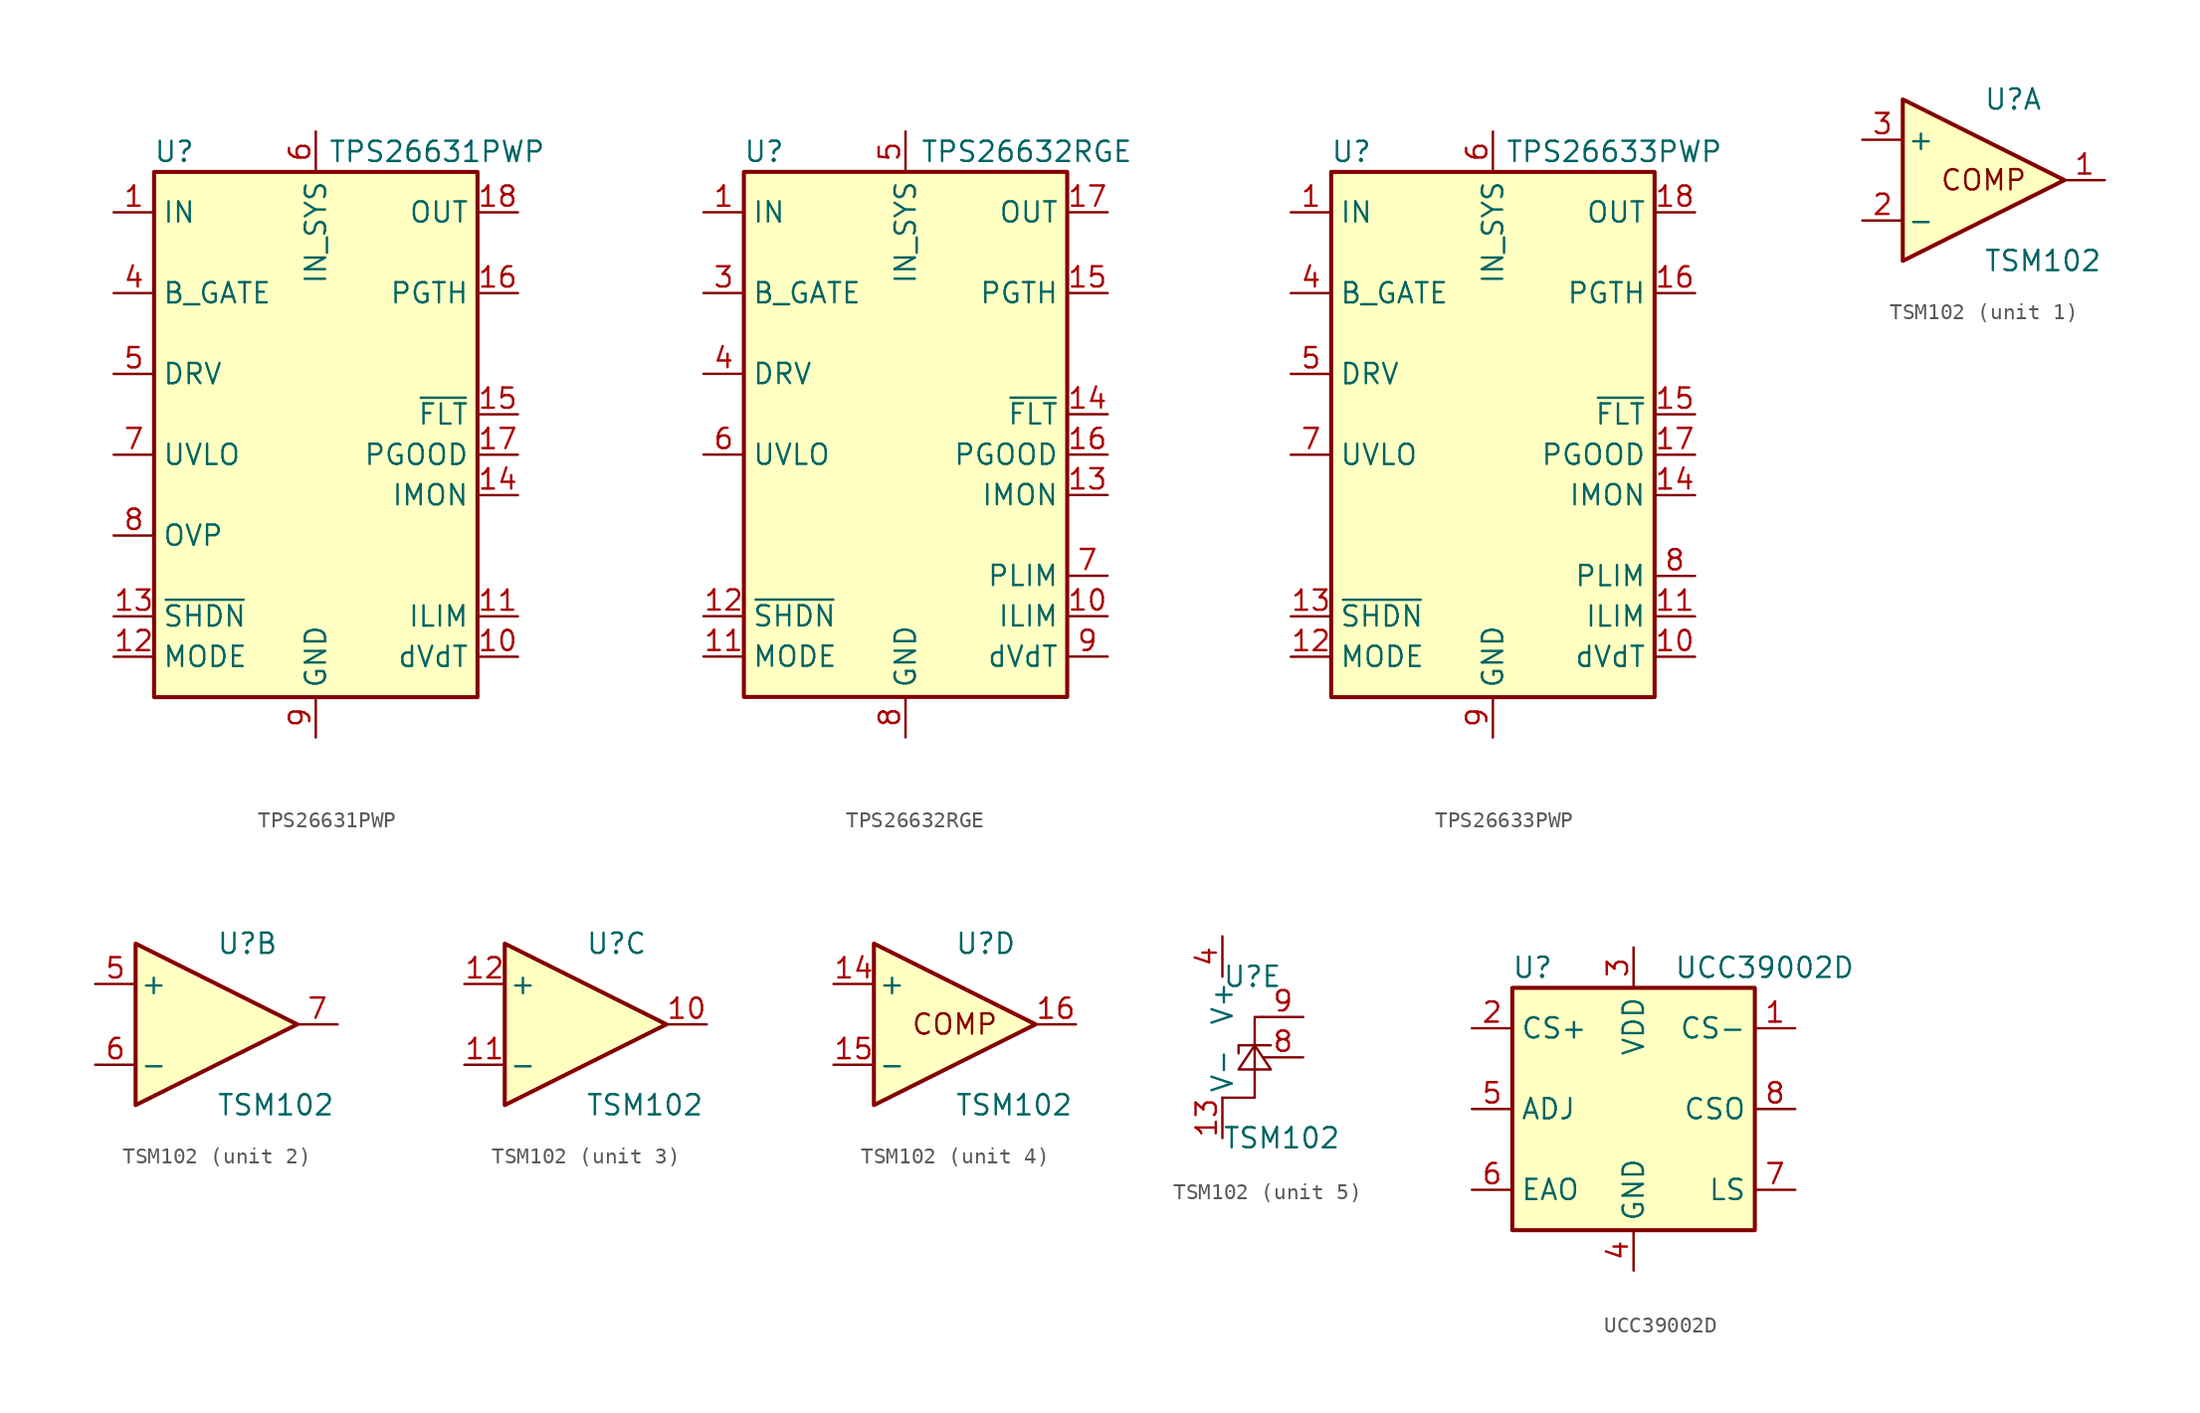
<source format=kicad_sym>
(kicad_symbol_lib
  (version 20241209)
  (generator "kicad_symbol_editor")
  (generator_version "9.0")
  (symbol "TPS26631PWP"
    (property "Reference" "U"
      (at -8.89 16.51 0)
      (effects (font (size 1.27 1.27))))
    (property "Value" "TPS26631PWP"
      (at 7.62 16.51 0)
      (effects (font (size 1.27 1.27))))
    (symbol "TPS26631PWP_0_1"
      (rectangle (start -10.16 15.24) (end 10.16 -17.78) (stroke (width 0.254) (type default)) (fill (type background))))
    (symbol "TPS26631PWP_1_1"
      (pin power_in line (at -12.7 12.7 0) (length 2.54) (name "IN" (effects (font (size 1.27 1.27)))) (number "1" (effects (font (size 1.27 1.27)))))
      (pin passive line (at -12.7 12.7 0) (length 2.54) (hide yes) (name "IN" (effects (font (size 1.27 1.27)))) (number "2" (effects (font (size 1.27 1.27)))))
      (pin passive line (at -12.7 12.7 0) (length 2.54) (hide yes) (name "IN" (effects (font (size 1.27 1.27)))) (number "3" (effects (font (size 1.27 1.27)))))
      (pin output line (at -12.7 7.62 0) (length 2.54) (name "B_GATE" (effects (font (size 1.27 1.27)))) (number "4" (effects (font (size 1.27 1.27)))))
      (pin output line (at -12.7 2.54 0) (length 2.54) (name "DRV" (effects (font (size 1.27 1.27)))) (number "5" (effects (font (size 1.27 1.27)))))
      (pin input line (at -12.7 -2.54 0) (length 2.54) (name "UVLO" (effects (font (size 1.27 1.27)))) (number "7" (effects (font (size 1.27 1.27)))))
      (pin input line (at -12.7 -7.62 0) (length 2.54) (name "OVP" (effects (font (size 1.27 1.27)))) (number "8" (effects (font (size 1.27 1.27)))))
      (pin input line (at -12.7 -12.7 0) (length 2.54) (name "~{SHDN}" (effects (font (size 1.27 1.27)))) (number "13" (effects (font (size 1.27 1.27)))))
      (pin input line (at -12.7 -15.24 0) (length 2.54) (name "MODE" (effects (font (size 1.27 1.27)))) (number "12" (effects (font (size 1.27 1.27)))))
      (pin power_in line (at 0 17.78 270) (length 2.54) (name "IN_SYS" (effects (font (size 1.27 1.27)))) (number "6" (effects (font (size 1.27 1.27)))))
      (pin passive line (at 0 -20.32 90) (length 2.54) (hide yes) (name "GND" (effects (font (size 1.27 1.27)))) (number "21" (effects (font (size 1.27 1.27)))))
      (pin power_in line (at 0 -20.32 90) (length 2.54) (name "GND" (effects (font (size 1.27 1.27)))) (number "9" (effects (font (size 1.27 1.27)))))
      (pin power_out line (at 12.7 12.7 180) (length 2.54) (name "OUT" (effects (font (size 1.27 1.27)))) (number "18" (effects (font (size 1.27 1.27)))))
      (pin passive line (at 12.7 12.7 180) (length 2.54) (hide yes) (name "OUT" (effects (font (size 1.27 1.27)))) (number "19" (effects (font (size 1.27 1.27)))))
      (pin passive line (at 12.7 12.7 180) (length 2.54) (hide yes) (name "OUT" (effects (font (size 1.27 1.27)))) (number "20" (effects (font (size 1.27 1.27)))))
      (pin input line (at 12.7 7.62 180) (length 2.54) (name "PGTH" (effects (font (size 1.27 1.27)))) (number "16" (effects (font (size 1.27 1.27)))))
      (pin open_collector line (at 12.7 0 180) (length 2.54) (name "~{FLT}" (effects (font (size 1.27 1.27)))) (number "15" (effects (font (size 1.27 1.27)))))
      (pin output line (at 12.7 -2.54 180) (length 2.54) (name "PGOOD" (effects (font (size 1.27 1.27)))) (number "17" (effects (font (size 1.27 1.27)))))
      (pin output line (at 12.7 -5.08 180) (length 2.54) (name "IMON" (effects (font (size 1.27 1.27)))) (number "14" (effects (font (size 1.27 1.27)))))
      (pin passive line (at 12.7 -12.7 180) (length 2.54) (name "ILIM" (effects (font (size 1.27 1.27)))) (number "11" (effects (font (size 1.27 1.27)))))
      (pin passive line (at 12.7 -15.24 180) (length 2.54) (name "dVdT" (effects (font (size 1.27 1.27)))) (number "10" (effects (font (size 1.27 1.27)))))))
  (symbol "TPS26632RGE"
    (property "Reference" "U"
      (at -8.89 16.51 0)
      (effects (font (size 1.27 1.27))))
    (property "Value" "TPS26632RGE"
      (at 7.62 16.51 0)
      (effects (font (size 1.27 1.27))))
    (symbol "TPS26632RGE_0_1"
      (rectangle (start -10.16 15.24) (end 10.16 -17.78) (stroke (width 0.254) (type default)) (fill (type background))))
    (symbol "TPS26632RGE_1_1"
      (pin power_in line (at -12.7 12.7 0) (length 2.54) (name "IN" (effects (font (size 1.27 1.27)))) (number "1" (effects (font (size 1.27 1.27)))))
      (pin passive line (at -12.7 12.7 0) (length 2.54) (hide yes) (name "IN" (effects (font (size 1.27 1.27)))) (number "2" (effects (font (size 1.27 1.27)))))
      (pin output line (at -12.7 7.62 0) (length 2.54) (name "B_GATE" (effects (font (size 1.27 1.27)))) (number "3" (effects (font (size 1.27 1.27)))))
      (pin output line (at -12.7 2.54 0) (length 2.54) (name "DRV" (effects (font (size 1.27 1.27)))) (number "4" (effects (font (size 1.27 1.27)))))
      (pin input line (at -12.7 -2.54 0) (length 2.54) (name "UVLO" (effects (font (size 1.27 1.27)))) (number "6" (effects (font (size 1.27 1.27)))))
      (pin input line (at -12.7 -12.7 0) (length 2.54) (name "~{SHDN}" (effects (font (size 1.27 1.27)))) (number "12" (effects (font (size 1.27 1.27)))))
      (pin input line (at -12.7 -15.24 0) (length 2.54) (name "MODE" (effects (font (size 1.27 1.27)))) (number "11" (effects (font (size 1.27 1.27)))))
      (pin no_connect line (at -10.16 10.16 0) (length 2.54) (hide yes) (name "NC" (effects (font (size 1.27 1.27)))) (number "19" (effects (font (size 1.27 1.27)))))
      (pin no_connect line (at -10.16 5.08 0) (length 2.54) (hide yes) (name "NC" (effects (font (size 1.27 1.27)))) (number "20" (effects (font (size 1.27 1.27)))))
      (pin no_connect line (at -10.16 0 0) (length 2.54) (hide yes) (name "NC" (effects (font (size 1.27 1.27)))) (number "21" (effects (font (size 1.27 1.27)))))
      (pin power_in line (at 0 17.78 270) (length 2.54) (name "IN_SYS" (effects (font (size 1.27 1.27)))) (number "5" (effects (font (size 1.27 1.27)))))
      (pin passive line (at 0 -20.32 90) (length 2.54) (hide yes) (name "GND" (effects (font (size 1.27 1.27)))) (number "25" (effects (font (size 1.27 1.27)))))
      (pin power_in line (at 0 -20.32 90) (length 2.54) (name "GND" (effects (font (size 1.27 1.27)))) (number "8" (effects (font (size 1.27 1.27)))))
      (pin no_connect line (at 10.16 10.16 180) (length 2.54) (hide yes) (name "NC" (effects (font (size 1.27 1.27)))) (number "22" (effects (font (size 1.27 1.27)))))
      (pin no_connect line (at 10.16 5.08 180) (length 2.54) (hide yes) (name "NC" (effects (font (size 1.27 1.27)))) (number "23" (effects (font (size 1.27 1.27)))))
      (pin no_connect line (at 10.16 2.54 180) (length 2.54) (hide yes) (name "NC" (effects (font (size 1.27 1.27)))) (number "24" (effects (font (size 1.27 1.27)))))
      (pin power_out line (at 12.7 12.7 180) (length 2.54) (name "OUT" (effects (font (size 1.27 1.27)))) (number "17" (effects (font (size 1.27 1.27)))))
      (pin passive line (at 12.7 12.7 180) (length 2.54) (hide yes) (name "OUT" (effects (font (size 1.27 1.27)))) (number "18" (effects (font (size 1.27 1.27)))))
      (pin input line (at 12.7 7.62 180) (length 2.54) (name "PGTH" (effects (font (size 1.27 1.27)))) (number "15" (effects (font (size 1.27 1.27)))))
      (pin open_collector line (at 12.7 0 180) (length 2.54) (name "~{FLT}" (effects (font (size 1.27 1.27)))) (number "14" (effects (font (size 1.27 1.27)))))
      (pin output line (at 12.7 -2.54 180) (length 2.54) (name "PGOOD" (effects (font (size 1.27 1.27)))) (number "16" (effects (font (size 1.27 1.27)))))
      (pin output line (at 12.7 -5.08 180) (length 2.54) (name "IMON" (effects (font (size 1.27 1.27)))) (number "13" (effects (font (size 1.27 1.27)))))
      (pin passive line (at 12.7 -10.16 180) (length 2.54) (name "PLIM" (effects (font (size 1.27 1.27)))) (number "7" (effects (font (size 1.27 1.27)))))
      (pin passive line (at 12.7 -12.7 180) (length 2.54) (name "ILIM" (effects (font (size 1.27 1.27)))) (number "10" (effects (font (size 1.27 1.27)))))
      (pin passive line (at 12.7 -15.24 180) (length 2.54) (name "dVdT" (effects (font (size 1.27 1.27)))) (number "9" (effects (font (size 1.27 1.27)))))))
  (symbol "TPS26633PWP"
    (property "Reference" "U"
      (at -8.89 16.51 0)
      (effects (font (size 1.27 1.27))))
    (property "Value" "TPS26633PWP"
      (at 7.62 16.51 0)
      (effects (font (size 1.27 1.27))))
    (symbol "TPS26633PWP_0_1"
      (rectangle (start -10.16 15.24) (end 10.16 -17.78) (stroke (width 0.254) (type default)) (fill (type background))))
    (symbol "TPS26633PWP_1_1"
      (pin power_in line (at -12.7 12.7 0) (length 2.54) (name "IN" (effects (font (size 1.27 1.27)))) (number "1" (effects (font (size 1.27 1.27)))))
      (pin passive line (at -12.7 12.7 0) (length 2.54) (hide yes) (name "IN" (effects (font (size 1.27 1.27)))) (number "2" (effects (font (size 1.27 1.27)))))
      (pin passive line (at -12.7 12.7 0) (length 2.54) (hide yes) (name "IN" (effects (font (size 1.27 1.27)))) (number "3" (effects (font (size 1.27 1.27)))))
      (pin output line (at -12.7 7.62 0) (length 2.54) (name "B_GATE" (effects (font (size 1.27 1.27)))) (number "4" (effects (font (size 1.27 1.27)))))
      (pin output line (at -12.7 2.54 0) (length 2.54) (name "DRV" (effects (font (size 1.27 1.27)))) (number "5" (effects (font (size 1.27 1.27)))))
      (pin input line (at -12.7 -2.54 0) (length 2.54) (name "UVLO" (effects (font (size 1.27 1.27)))) (number "7" (effects (font (size 1.27 1.27)))))
      (pin input line (at -12.7 -12.7 0) (length 2.54) (name "~{SHDN}" (effects (font (size 1.27 1.27)))) (number "13" (effects (font (size 1.27 1.27)))))
      (pin input line (at -12.7 -15.24 0) (length 2.54) (name "MODE" (effects (font (size 1.27 1.27)))) (number "12" (effects (font (size 1.27 1.27)))))
      (pin power_in line (at 0 17.78 270) (length 2.54) (name "IN_SYS" (effects (font (size 1.27 1.27)))) (number "6" (effects (font (size 1.27 1.27)))))
      (pin passive line (at 0 -20.32 90) (length 2.54) (hide yes) (name "GND" (effects (font (size 1.27 1.27)))) (number "21" (effects (font (size 1.27 1.27)))))
      (pin power_in line (at 0 -20.32 90) (length 2.54) (name "GND" (effects (font (size 1.27 1.27)))) (number "9" (effects (font (size 1.27 1.27)))))
      (pin power_out line (at 12.7 12.7 180) (length 2.54) (name "OUT" (effects (font (size 1.27 1.27)))) (number "18" (effects (font (size 1.27 1.27)))))
      (pin passive line (at 12.7 12.7 180) (length 2.54) (hide yes) (name "OUT" (effects (font (size 1.27 1.27)))) (number "19" (effects (font (size 1.27 1.27)))))
      (pin passive line (at 12.7 12.7 180) (length 2.54) (hide yes) (name "OUT" (effects (font (size 1.27 1.27)))) (number "20" (effects (font (size 1.27 1.27)))))
      (pin input line (at 12.7 7.62 180) (length 2.54) (name "PGTH" (effects (font (size 1.27 1.27)))) (number "16" (effects (font (size 1.27 1.27)))))
      (pin open_collector line (at 12.7 0 180) (length 2.54) (name "~{FLT}" (effects (font (size 1.27 1.27)))) (number "15" (effects (font (size 1.27 1.27)))))
      (pin output line (at 12.7 -2.54 180) (length 2.54) (name "PGOOD" (effects (font (size 1.27 1.27)))) (number "17" (effects (font (size 1.27 1.27)))))
      (pin output line (at 12.7 -5.08 180) (length 2.54) (name "IMON" (effects (font (size 1.27 1.27)))) (number "14" (effects (font (size 1.27 1.27)))))
      (pin passive line (at 12.7 -10.16 180) (length 2.54) (name "PLIM" (effects (font (size 1.27 1.27)))) (number "8" (effects (font (size 1.27 1.27)))))
      (pin passive line (at 12.7 -12.7 180) (length 2.54) (name "ILIM" (effects (font (size 1.27 1.27)))) (number "11" (effects (font (size 1.27 1.27)))))
      (pin passive line (at 12.7 -15.24 180) (length 2.54) (name "dVdT" (effects (font (size 1.27 1.27)))) (number "10" (effects (font (size 1.27 1.27)))))))
  (symbol "TSM102"
    (pin_names
      (offset 0.254))
    (property "Reference" "U"
      (at 0 5.08 0)
      (effects (font (size 1.27 1.27)) (justify left)))
    (property "Value" "TSM102"
      (at 0 -5.08 0)
      (effects (font (size 1.27 1.27)) (justify left)))
    (symbol "TSM102_1_0"
      (text "COMP" (at 0 0 0) (effects (font (size 1.27 1.27)))))
    (symbol "TSM102_1_1"
      (polyline (pts (xy -5.08 5.08) (xy 5.08 0) (xy -5.08 -5.08) (xy -5.08 5.08)) (stroke (width 0.254) (type default)) (fill (type background)))
      (pin input line (at -7.62 2.54 0) (length 2.54) (name "+" (effects (font (size 1.27 1.27)))) (number "3" (effects (font (size 1.27 1.27)))))
      (pin input line (at -7.62 -2.54 0) (length 2.54) (name "-" (effects (font (size 1.27 1.27)))) (number "2" (effects (font (size 1.27 1.27)))))
      (pin output line (at 7.62 0 180) (length 2.54) (name "~" (effects (font (size 1.27 1.27)))) (number "1" (effects (font (size 1.27 1.27))))))
    (symbol "TSM102_2_1"
      (polyline (pts (xy -5.08 5.08) (xy 5.08 0) (xy -5.08 -5.08) (xy -5.08 5.08)) (stroke (width 0.254) (type default)) (fill (type background)))
      (pin input line (at -7.62 2.54 0) (length 2.54) (name "+" (effects (font (size 1.27 1.27)))) (number "5" (effects (font (size 1.27 1.27)))))
      (pin input line (at -7.62 -2.54 0) (length 2.54) (name "-" (effects (font (size 1.27 1.27)))) (number "6" (effects (font (size 1.27 1.27)))))
      (pin output line (at 7.62 0 180) (length 2.54) (name "~" (effects (font (size 1.27 1.27)))) (number "7" (effects (font (size 1.27 1.27))))))
    (symbol "TSM102_3_1"
      (polyline (pts (xy -5.08 5.08) (xy 5.08 0) (xy -5.08 -5.08) (xy -5.08 5.08)) (stroke (width 0.254) (type default)) (fill (type background)))
      (pin input line (at -7.62 2.54 0) (length 2.54) (name "+" (effects (font (size 1.27 1.27)))) (number "12" (effects (font (size 1.27 1.27)))))
      (pin input line (at -7.62 -2.54 0) (length 2.54) (name "-" (effects (font (size 1.27 1.27)))) (number "11" (effects (font (size 1.27 1.27)))))
      (pin output line (at 7.62 0 180) (length 2.54) (name "~" (effects (font (size 1.27 1.27)))) (number "10" (effects (font (size 1.27 1.27))))))
    (symbol "TSM102_4_0"
      (text "COMP" (at 0 0 0) (effects (font (size 1.27 1.27)))))
    (symbol "TSM102_4_1"
      (polyline (pts (xy -5.08 5.08) (xy 5.08 0) (xy -5.08 -5.08) (xy -5.08 5.08)) (stroke (width 0.254) (type default)) (fill (type background)))
      (pin input line (at -7.62 2.54 0) (length 2.54) (name "+" (effects (font (size 1.27 1.27)))) (number "14" (effects (font (size 1.27 1.27)))))
      (pin input line (at -7.62 -2.54 0) (length 2.54) (name "-" (effects (font (size 1.27 1.27)))) (number "15" (effects (font (size 1.27 1.27)))))
      (pin output line (at 7.62 0 180) (length 2.54) (name "~" (effects (font (size 1.27 1.27)))) (number "16" (effects (font (size 1.27 1.27))))))
    (symbol "TSM102_5_1"
      (polyline (pts (xy 0 -2.54) (xy 2.032 -2.54) (xy 2.032 2.54) (xy 2.54 2.54)) (stroke (width 0) (type default)) (fill (type none)))
      (polyline (pts (xy 1.016 0.254) (xy 1.016 0.762) (xy 3.048 0.762)) (stroke (width 0) (type default)) (fill (type none)))
      (polyline (pts (xy 1.016 -0.762) (xy 2.032 0.762) (xy 3.048 -0.762) (xy 1.016 -0.762)) (stroke (width 0) (type default)) (fill (type none)))
      (pin power_in line (at 0 7.62 270) (length 2.54) (name "V+" (effects (font (size 1.27 1.27)))) (number "4" (effects (font (size 1.27 1.27)))))
      (pin power_in line (at 0 -5.08 90) (length 2.54) (name "V-" (effects (font (size 1.27 1.27)))) (number "13" (effects (font (size 1.27 1.27)))))
      (pin passive line (at 5.08 2.54 180) (length 2.54) (name "~" (effects (font (size 1.27 1.27)))) (number "9" (effects (font (size 1.27 1.27)))))
      (pin passive line (at 5.08 0 180) (length 2.54) (name "~" (effects (font (size 1.27 1.27)))) (number "8" (effects (font (size 1.27 1.27)))))))
  (symbol "UCC39002D"
    (property "Reference" "U"
      (at -6.35 8.89 0)
      (effects (font (size 1.27 1.27))))
    (property "Value" "UCC39002D"
      (at 2.54 8.89 0)
      (effects (font (size 1.27 1.27)) (justify left)))
    (symbol "UCC39002D_0_1"
      (rectangle (start -7.62 7.62) (end 7.62 -7.62) (stroke (width 0.254) (type default)) (fill (type background))))
    (symbol "UCC39002D_1_1"
      (pin input line (at -10.16 5.08 0) (length 2.54) (name "CS+" (effects (font (size 1.27 1.27)))) (number "2" (effects (font (size 1.27 1.27)))))
      (pin open_collector line (at -10.16 0 0) (length 2.54) (name "ADJ" (effects (font (size 1.27 1.27)))) (number "5" (effects (font (size 1.27 1.27)))))
      (pin passive line (at -10.16 -5.08 0) (length 2.54) (name "EAO" (effects (font (size 1.27 1.27)))) (number "6" (effects (font (size 1.27 1.27)))))
      (pin power_in line (at 0 10.16 270) (length 2.54) (name "VDD" (effects (font (size 1.27 1.27)))) (number "3" (effects (font (size 1.27 1.27)))))
      (pin power_in line (at 0 -10.16 90) (length 2.54) (name "GND" (effects (font (size 1.27 1.27)))) (number "4" (effects (font (size 1.27 1.27)))))
      (pin input line (at 10.16 5.08 180) (length 2.54) (name "CS-" (effects (font (size 1.27 1.27)))) (number "1" (effects (font (size 1.27 1.27)))))
      (pin output line (at 10.16 0 180) (length 2.54) (name "CSO" (effects (font (size 1.27 1.27)))) (number "8" (effects (font (size 1.27 1.27)))))
      (pin passive line (at 10.16 -5.08 180) (length 2.54) (name "LS" (effects (font (size 1.27 1.27)))) (number "7" (effects (font (size 1.27 1.27))))))))
</source>
